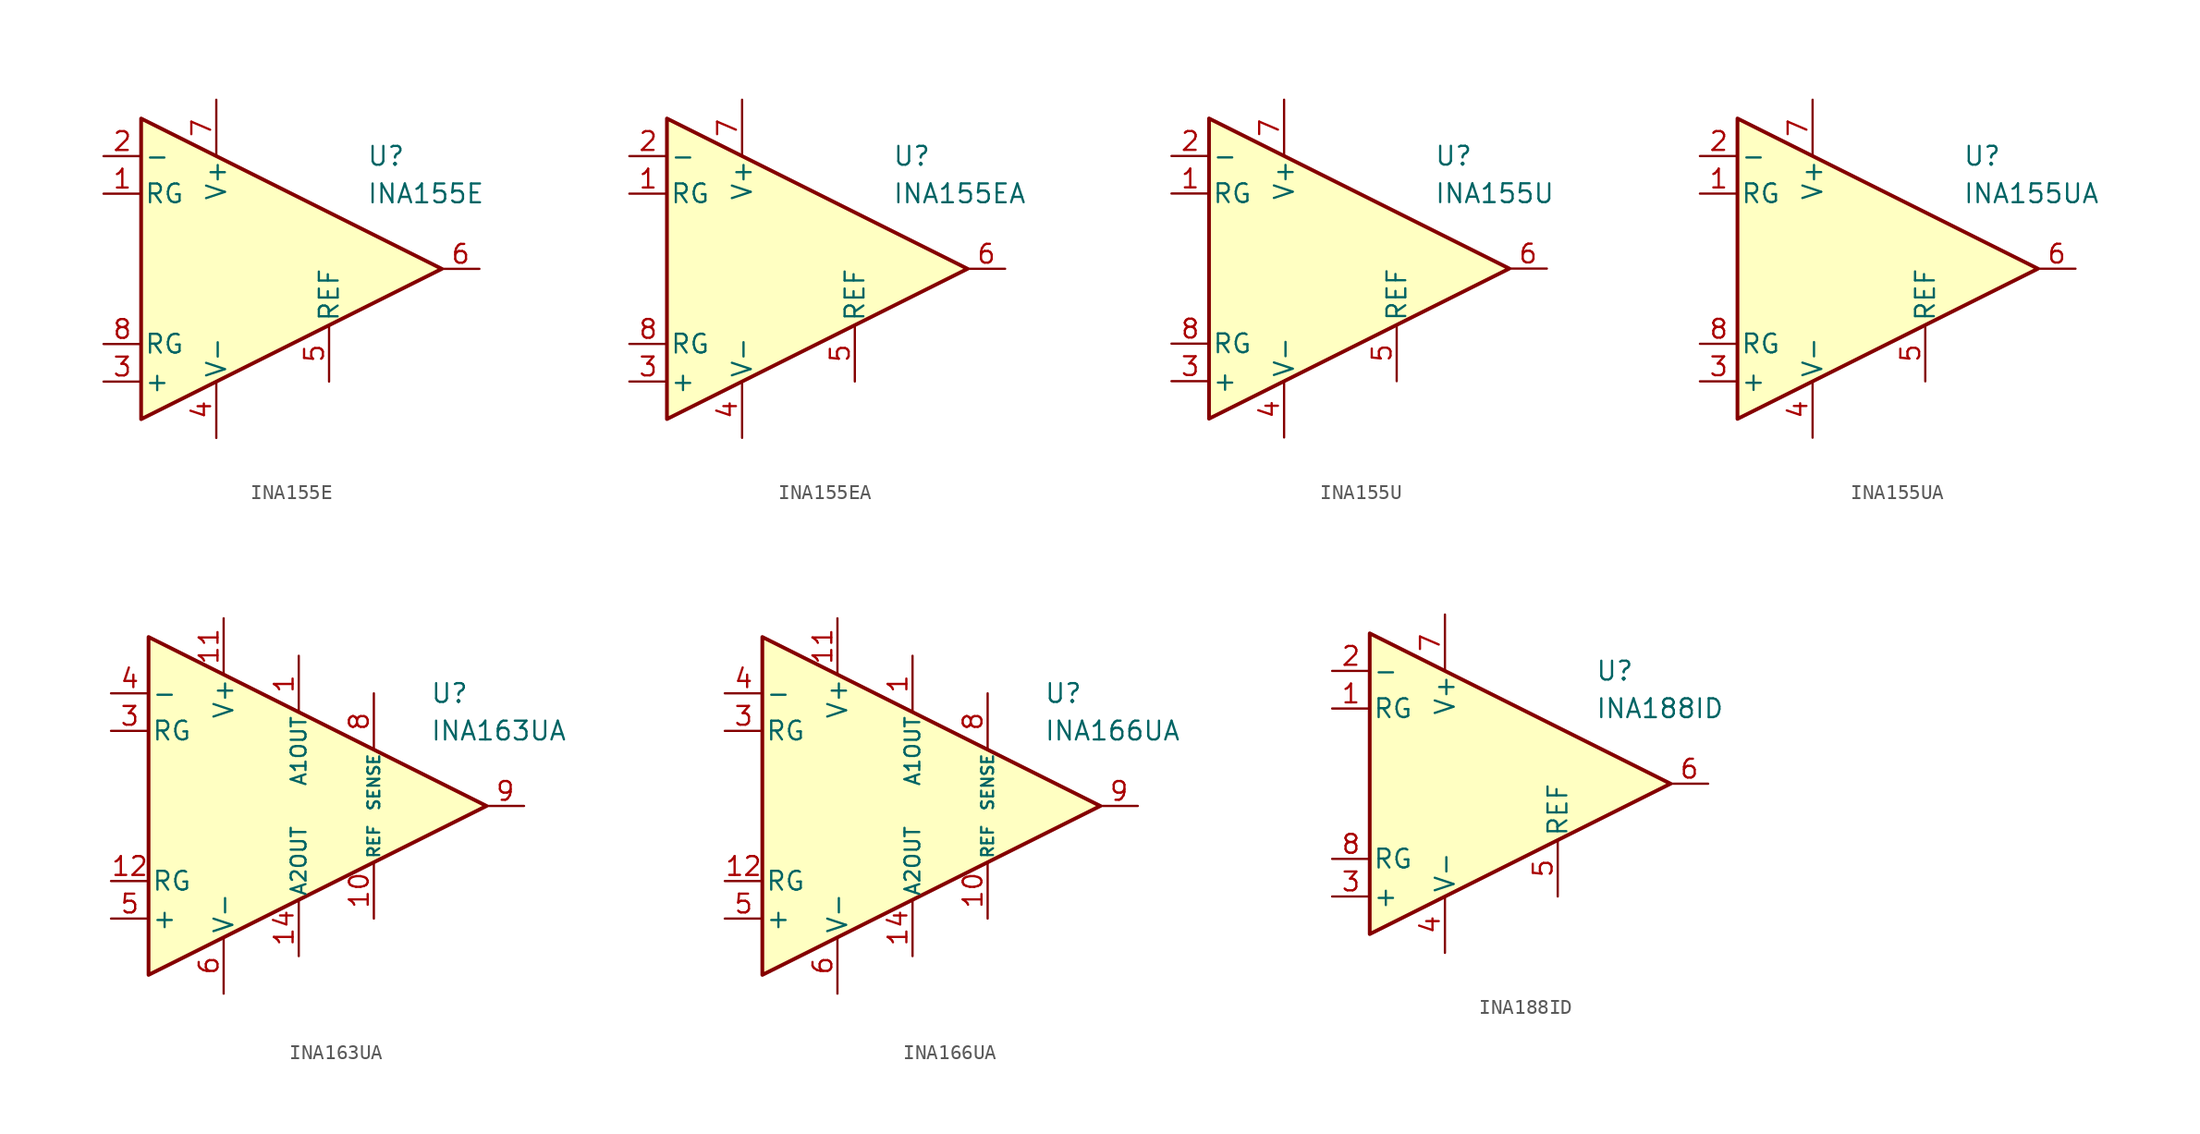
<source format=kicad_sym>
(kicad_symbol_lib
  (version 20231120)
  (generator "kicad_symbol_editor")
  (generator_version "8.0")
  (symbol "INA155E"
    (pin_names
      (offset 0.2))
    (property "Reference" "U"
      (at 6.35 7.62 0)
      (effects (font (size 1.27 1.27)) (justify left)))
    (property "Value" "INA155E"
      (at 6.35 5.08 0)
      (effects (font (size 1.27 1.27)) (justify left)))
    (symbol "INA155E_0_1"
      (polyline (pts (xy -8.89 10.16) (xy -8.89 -10.16) (xy 11.43 0) (xy -8.89 10.16)) (stroke (width 0.254) (type default)) (fill (type background))))
    (symbol "INA155E_1_1"
      (pin passive line (at -11.43 5.08 0) (length 2.54) (name "RG" (effects (font (size 1.27 1.27)))) (number "1" (effects (font (size 1.27 1.27)))))
      (pin input line (at -11.43 7.62 0) (length 2.54) (name "-" (effects (font (size 1.27 1.27)))) (number "2" (effects (font (size 1.27 1.27)))))
      (pin input line (at -11.43 -7.62 0) (length 2.54) (name "+" (effects (font (size 1.27 1.27)))) (number "3" (effects (font (size 1.27 1.27)))))
      (pin power_in line (at -3.81 -11.43 90) (length 3.81) (name "V-" (effects (font (size 1.27 1.27)))) (number "4" (effects (font (size 1.27 1.27)))))
      (pin input line (at 3.81 -7.62 90) (length 3.81) (name "REF" (effects (font (size 1.27 1.27)))) (number "5" (effects (font (size 1.27 1.27)))))
      (pin output line (at 13.97 0 180) (length 2.54) (name "~" (effects (font (size 1.27 1.27)))) (number "6" (effects (font (size 1.27 1.27)))))
      (pin power_in line (at -3.81 11.43 270) (length 3.81) (name "V+" (effects (font (size 1.27 1.27)))) (number "7" (effects (font (size 1.27 1.27)))))
      (pin passive line (at -11.43 -5.08 0) (length 2.54) (name "RG" (effects (font (size 1.27 1.27)))) (number "8" (effects (font (size 1.27 1.27)))))))
  (symbol "INA155EA"
    (pin_names
      (offset 0.2))
    (property "Reference" "U"
      (at 6.35 7.62 0)
      (effects (font (size 1.27 1.27)) (justify left)))
    (property "Value" "INA155EA"
      (at 6.35 5.08 0)
      (effects (font (size 1.27 1.27)) (justify left)))
    (symbol "INA155EA_0_1"
      (polyline (pts (xy -8.89 10.16) (xy -8.89 -10.16) (xy 11.43 0) (xy -8.89 10.16)) (stroke (width 0.254) (type default)) (fill (type background))))
    (symbol "INA155EA_1_1"
      (pin passive line (at -11.43 5.08 0) (length 2.54) (name "RG" (effects (font (size 1.27 1.27)))) (number "1" (effects (font (size 1.27 1.27)))))
      (pin input line (at -11.43 7.62 0) (length 2.54) (name "-" (effects (font (size 1.27 1.27)))) (number "2" (effects (font (size 1.27 1.27)))))
      (pin input line (at -11.43 -7.62 0) (length 2.54) (name "+" (effects (font (size 1.27 1.27)))) (number "3" (effects (font (size 1.27 1.27)))))
      (pin power_in line (at -3.81 -11.43 90) (length 3.81) (name "V-" (effects (font (size 1.27 1.27)))) (number "4" (effects (font (size 1.27 1.27)))))
      (pin input line (at 3.81 -7.62 90) (length 3.81) (name "REF" (effects (font (size 1.27 1.27)))) (number "5" (effects (font (size 1.27 1.27)))))
      (pin output line (at 13.97 0 180) (length 2.54) (name "~" (effects (font (size 1.27 1.27)))) (number "6" (effects (font (size 1.27 1.27)))))
      (pin power_in line (at -3.81 11.43 270) (length 3.81) (name "V+" (effects (font (size 1.27 1.27)))) (number "7" (effects (font (size 1.27 1.27)))))
      (pin passive line (at -11.43 -5.08 0) (length 2.54) (name "RG" (effects (font (size 1.27 1.27)))) (number "8" (effects (font (size 1.27 1.27)))))))
  (symbol "INA155U"
    (pin_names
      (offset 0.2))
    (property "Reference" "U"
      (at 6.35 7.62 0)
      (effects (font (size 1.27 1.27)) (justify left)))
    (property "Value" "INA155U"
      (at 6.35 5.08 0)
      (effects (font (size 1.27 1.27)) (justify left)))
    (symbol "INA155U_0_1"
      (polyline (pts (xy -8.89 10.16) (xy -8.89 -10.16) (xy 11.43 0) (xy -8.89 10.16)) (stroke (width 0.254) (type default)) (fill (type background))))
    (symbol "INA155U_1_1"
      (pin passive line (at -11.43 5.08 0) (length 2.54) (name "RG" (effects (font (size 1.27 1.27)))) (number "1" (effects (font (size 1.27 1.27)))))
      (pin input line (at -11.43 7.62 0) (length 2.54) (name "-" (effects (font (size 1.27 1.27)))) (number "2" (effects (font (size 1.27 1.27)))))
      (pin input line (at -11.43 -7.62 0) (length 2.54) (name "+" (effects (font (size 1.27 1.27)))) (number "3" (effects (font (size 1.27 1.27)))))
      (pin power_in line (at -3.81 -11.43 90) (length 3.81) (name "V-" (effects (font (size 1.27 1.27)))) (number "4" (effects (font (size 1.27 1.27)))))
      (pin input line (at 3.81 -7.62 90) (length 3.81) (name "REF" (effects (font (size 1.27 1.27)))) (number "5" (effects (font (size 1.27 1.27)))))
      (pin output line (at 13.97 0 180) (length 2.54) (name "~" (effects (font (size 1.27 1.27)))) (number "6" (effects (font (size 1.27 1.27)))))
      (pin power_in line (at -3.81 11.43 270) (length 3.81) (name "V+" (effects (font (size 1.27 1.27)))) (number "7" (effects (font (size 1.27 1.27)))))
      (pin passive line (at -11.43 -5.08 0) (length 2.54) (name "RG" (effects (font (size 1.27 1.27)))) (number "8" (effects (font (size 1.27 1.27)))))))
  (symbol "INA155UA"
    (pin_names
      (offset 0.2))
    (property "Reference" "U"
      (at 6.35 7.62 0)
      (effects (font (size 1.27 1.27)) (justify left)))
    (property "Value" "INA155UA"
      (at 6.35 5.08 0)
      (effects (font (size 1.27 1.27)) (justify left)))
    (symbol "INA155UA_0_1"
      (polyline (pts (xy -8.89 10.16) (xy -8.89 -10.16) (xy 11.43 0) (xy -8.89 10.16)) (stroke (width 0.254) (type default)) (fill (type background))))
    (symbol "INA155UA_1_1"
      (pin passive line (at -11.43 5.08 0) (length 2.54) (name "RG" (effects (font (size 1.27 1.27)))) (number "1" (effects (font (size 1.27 1.27)))))
      (pin input line (at -11.43 7.62 0) (length 2.54) (name "-" (effects (font (size 1.27 1.27)))) (number "2" (effects (font (size 1.27 1.27)))))
      (pin input line (at -11.43 -7.62 0) (length 2.54) (name "+" (effects (font (size 1.27 1.27)))) (number "3" (effects (font (size 1.27 1.27)))))
      (pin power_in line (at -3.81 -11.43 90) (length 3.81) (name "V-" (effects (font (size 1.27 1.27)))) (number "4" (effects (font (size 1.27 1.27)))))
      (pin input line (at 3.81 -7.62 90) (length 3.81) (name "REF" (effects (font (size 1.27 1.27)))) (number "5" (effects (font (size 1.27 1.27)))))
      (pin output line (at 13.97 0 180) (length 2.54) (name "~" (effects (font (size 1.27 1.27)))) (number "6" (effects (font (size 1.27 1.27)))))
      (pin power_in line (at -3.81 11.43 270) (length 3.81) (name "V+" (effects (font (size 1.27 1.27)))) (number "7" (effects (font (size 1.27 1.27)))))
      (pin passive line (at -11.43 -5.08 0) (length 2.54) (name "RG" (effects (font (size 1.27 1.27)))) (number "8" (effects (font (size 1.27 1.27)))))))
  (symbol "INA163UA"
    (pin_names
      (offset 0.2))
    (property "Reference" "U"
      (at 10.16 7.62 0)
      (effects (font (size 1.27 1.27)) (justify left)))
    (property "Value" "INA163UA"
      (at 10.16 5.08 0)
      (effects (font (size 1.27 1.27)) (justify left)))
    (symbol "INA163UA_0_1"
      (polyline (pts (xy -8.89 11.43) (xy -8.89 -11.43) (xy 13.97 0) (xy -8.89 11.43)) (stroke (width 0.254) (type default)) (fill (type background))))
    (symbol "INA163UA_1_1"
      (pin passive line (at 1.27 10.16 270) (length 3.81) (name "A1OUT" (effects (font (size 1 1)))) (number "1" (effects (font (size 1.27 1.27)))))
      (pin input line (at 6.35 -7.62 90) (length 3.81) (name "REF" (effects (font (size 0.8 0.8)))) (number "10" (effects (font (size 1.27 1.27)))))
      (pin power_in line (at -3.81 12.7 270) (length 3.81) (name "V+" (effects (font (size 1.27 1.27)))) (number "11" (effects (font (size 1.27 1.27)))))
      (pin passive line (at -11.43 -5.08 0) (length 2.54) (name "RG" (effects (font (size 1.27 1.27)))) (number "12" (effects (font (size 1.27 1.27)))))
      (pin free line (at -5.08 -2.54 0) (length 2.54) hide (name "NC" (effects (font (size 1.27 1.27)))) (number "13" (effects (font (size 1.27 1.27)))))
      (pin passive line (at 1.27 -10.16 90) (length 3.81) (name "A2OUT" (effects (font (size 1 1)))) (number "14" (effects (font (size 1.27 1.27)))))
      (pin free line (at -5.08 2.54 0) (length 2.54) hide (name "NC" (effects (font (size 1.27 1.27)))) (number "2" (effects (font (size 1.27 1.27)))))
      (pin passive line (at -11.43 5.08 0) (length 2.54) (name "RG" (effects (font (size 1.27 1.27)))) (number "3" (effects (font (size 1.27 1.27)))))
      (pin input line (at -11.43 7.62 0) (length 2.54) (name "-" (effects (font (size 1.27 1.27)))) (number "4" (effects (font (size 1.27 1.27)))))
      (pin input line (at -11.43 -7.62 0) (length 2.54) (name "+" (effects (font (size 1.27 1.27)))) (number "5" (effects (font (size 1.27 1.27)))))
      (pin power_in line (at -3.81 -12.7 90) (length 3.81) (name "V-" (effects (font (size 1.27 1.27)))) (number "6" (effects (font (size 1.27 1.27)))))
      (pin free line (at -5.08 0 0) (length 2.54) hide (name "NC" (effects (font (size 1.27 1.27)))) (number "7" (effects (font (size 1.27 1.27)))))
      (pin input line (at 6.35 7.62 270) (length 3.81) (name "SENSE" (effects (font (size 0.8 0.8)))) (number "8" (effects (font (size 1.27 1.27)))))
      (pin output line (at 16.51 0 180) (length 2.54) (name "~" (effects (font (size 1.27 1.27)))) (number "9" (effects (font (size 1.27 1.27)))))))
  (symbol "INA166UA"
    (pin_names
      (offset 0.2))
    (property "Reference" "U"
      (at 10.16 7.62 0)
      (effects (font (size 1.27 1.27)) (justify left)))
    (property "Value" "INA166UA"
      (at 10.16 5.08 0)
      (effects (font (size 1.27 1.27)) (justify left)))
    (symbol "INA166UA_0_1"
      (polyline (pts (xy -8.89 11.43) (xy -8.89 -11.43) (xy 13.97 0) (xy -8.89 11.43)) (stroke (width 0.254) (type default)) (fill (type background))))
    (symbol "INA166UA_1_1"
      (pin passive line (at 1.27 10.16 270) (length 3.81) (name "A1OUT" (effects (font (size 1 1)))) (number "1" (effects (font (size 1.27 1.27)))))
      (pin input line (at 6.35 -7.62 90) (length 3.81) (name "REF" (effects (font (size 0.8 0.8)))) (number "10" (effects (font (size 1.27 1.27)))))
      (pin power_in line (at -3.81 12.7 270) (length 3.81) (name "V+" (effects (font (size 1.27 1.27)))) (number "11" (effects (font (size 1.27 1.27)))))
      (pin passive line (at -11.43 -5.08 0) (length 2.54) (name "RG" (effects (font (size 1.27 1.27)))) (number "12" (effects (font (size 1.27 1.27)))))
      (pin free line (at -5.08 -2.54 0) (length 2.54) hide (name "NC" (effects (font (size 1.27 1.27)))) (number "13" (effects (font (size 1.27 1.27)))))
      (pin passive line (at 1.27 -10.16 90) (length 3.81) (name "A2OUT" (effects (font (size 1 1)))) (number "14" (effects (font (size 1.27 1.27)))))
      (pin free line (at -5.08 2.54 0) (length 2.54) hide (name "NC" (effects (font (size 1.27 1.27)))) (number "2" (effects (font (size 1.27 1.27)))))
      (pin passive line (at -11.43 5.08 0) (length 2.54) (name "RG" (effects (font (size 1.27 1.27)))) (number "3" (effects (font (size 1.27 1.27)))))
      (pin input line (at -11.43 7.62 0) (length 2.54) (name "-" (effects (font (size 1.27 1.27)))) (number "4" (effects (font (size 1.27 1.27)))))
      (pin input line (at -11.43 -7.62 0) (length 2.54) (name "+" (effects (font (size 1.27 1.27)))) (number "5" (effects (font (size 1.27 1.27)))))
      (pin power_in line (at -3.81 -12.7 90) (length 3.81) (name "V-" (effects (font (size 1.27 1.27)))) (number "6" (effects (font (size 1.27 1.27)))))
      (pin free line (at -5.08 0 0) (length 2.54) hide (name "NC" (effects (font (size 1.27 1.27)))) (number "7" (effects (font (size 1.27 1.27)))))
      (pin input line (at 6.35 7.62 270) (length 3.81) (name "SENSE" (effects (font (size 0.8 0.8)))) (number "8" (effects (font (size 1.27 1.27)))))
      (pin output line (at 16.51 0 180) (length 2.54) (name "~" (effects (font (size 1.27 1.27)))) (number "9" (effects (font (size 1.27 1.27)))))))
  (symbol "INA188ID"
    (pin_names
      (offset 0.2))
    (property "Reference" "U"
      (at 6.35 7.62 0)
      (effects (font (size 1.27 1.27)) (justify left)))
    (property "Value" "INA188ID"
      (at 6.35 5.08 0)
      (effects (font (size 1.27 1.27)) (justify left)))
    (symbol "INA188ID_0_1"
      (polyline (pts (xy -8.89 10.16) (xy -8.89 -10.16) (xy 11.43 0) (xy -8.89 10.16)) (stroke (width 0.254) (type default)) (fill (type background))))
    (symbol "INA188ID_1_1"
      (pin passive line (at -11.43 5.08 0) (length 2.54) (name "RG" (effects (font (size 1.27 1.27)))) (number "1" (effects (font (size 1.27 1.27)))))
      (pin input line (at -11.43 7.62 0) (length 2.54) (name "-" (effects (font (size 1.27 1.27)))) (number "2" (effects (font (size 1.27 1.27)))))
      (pin input line (at -11.43 -7.62 0) (length 2.54) (name "+" (effects (font (size 1.27 1.27)))) (number "3" (effects (font (size 1.27 1.27)))))
      (pin power_in line (at -3.81 -11.43 90) (length 3.81) (name "V-" (effects (font (size 1.27 1.27)))) (number "4" (effects (font (size 1.27 1.27)))))
      (pin input line (at 3.81 -7.62 90) (length 3.81) (name "REF" (effects (font (size 1.27 1.27)))) (number "5" (effects (font (size 1.27 1.27)))))
      (pin output line (at 13.97 0 180) (length 2.54) (name "~" (effects (font (size 1.27 1.27)))) (number "6" (effects (font (size 1.27 1.27)))))
      (pin power_in line (at -3.81 11.43 270) (length 3.81) (name "V+" (effects (font (size 1.27 1.27)))) (number "7" (effects (font (size 1.27 1.27)))))
      (pin passive line (at -11.43 -5.08 0) (length 2.54) (name "RG" (effects (font (size 1.27 1.27)))) (number "8" (effects (font (size 1.27 1.27))))))))
</source>
